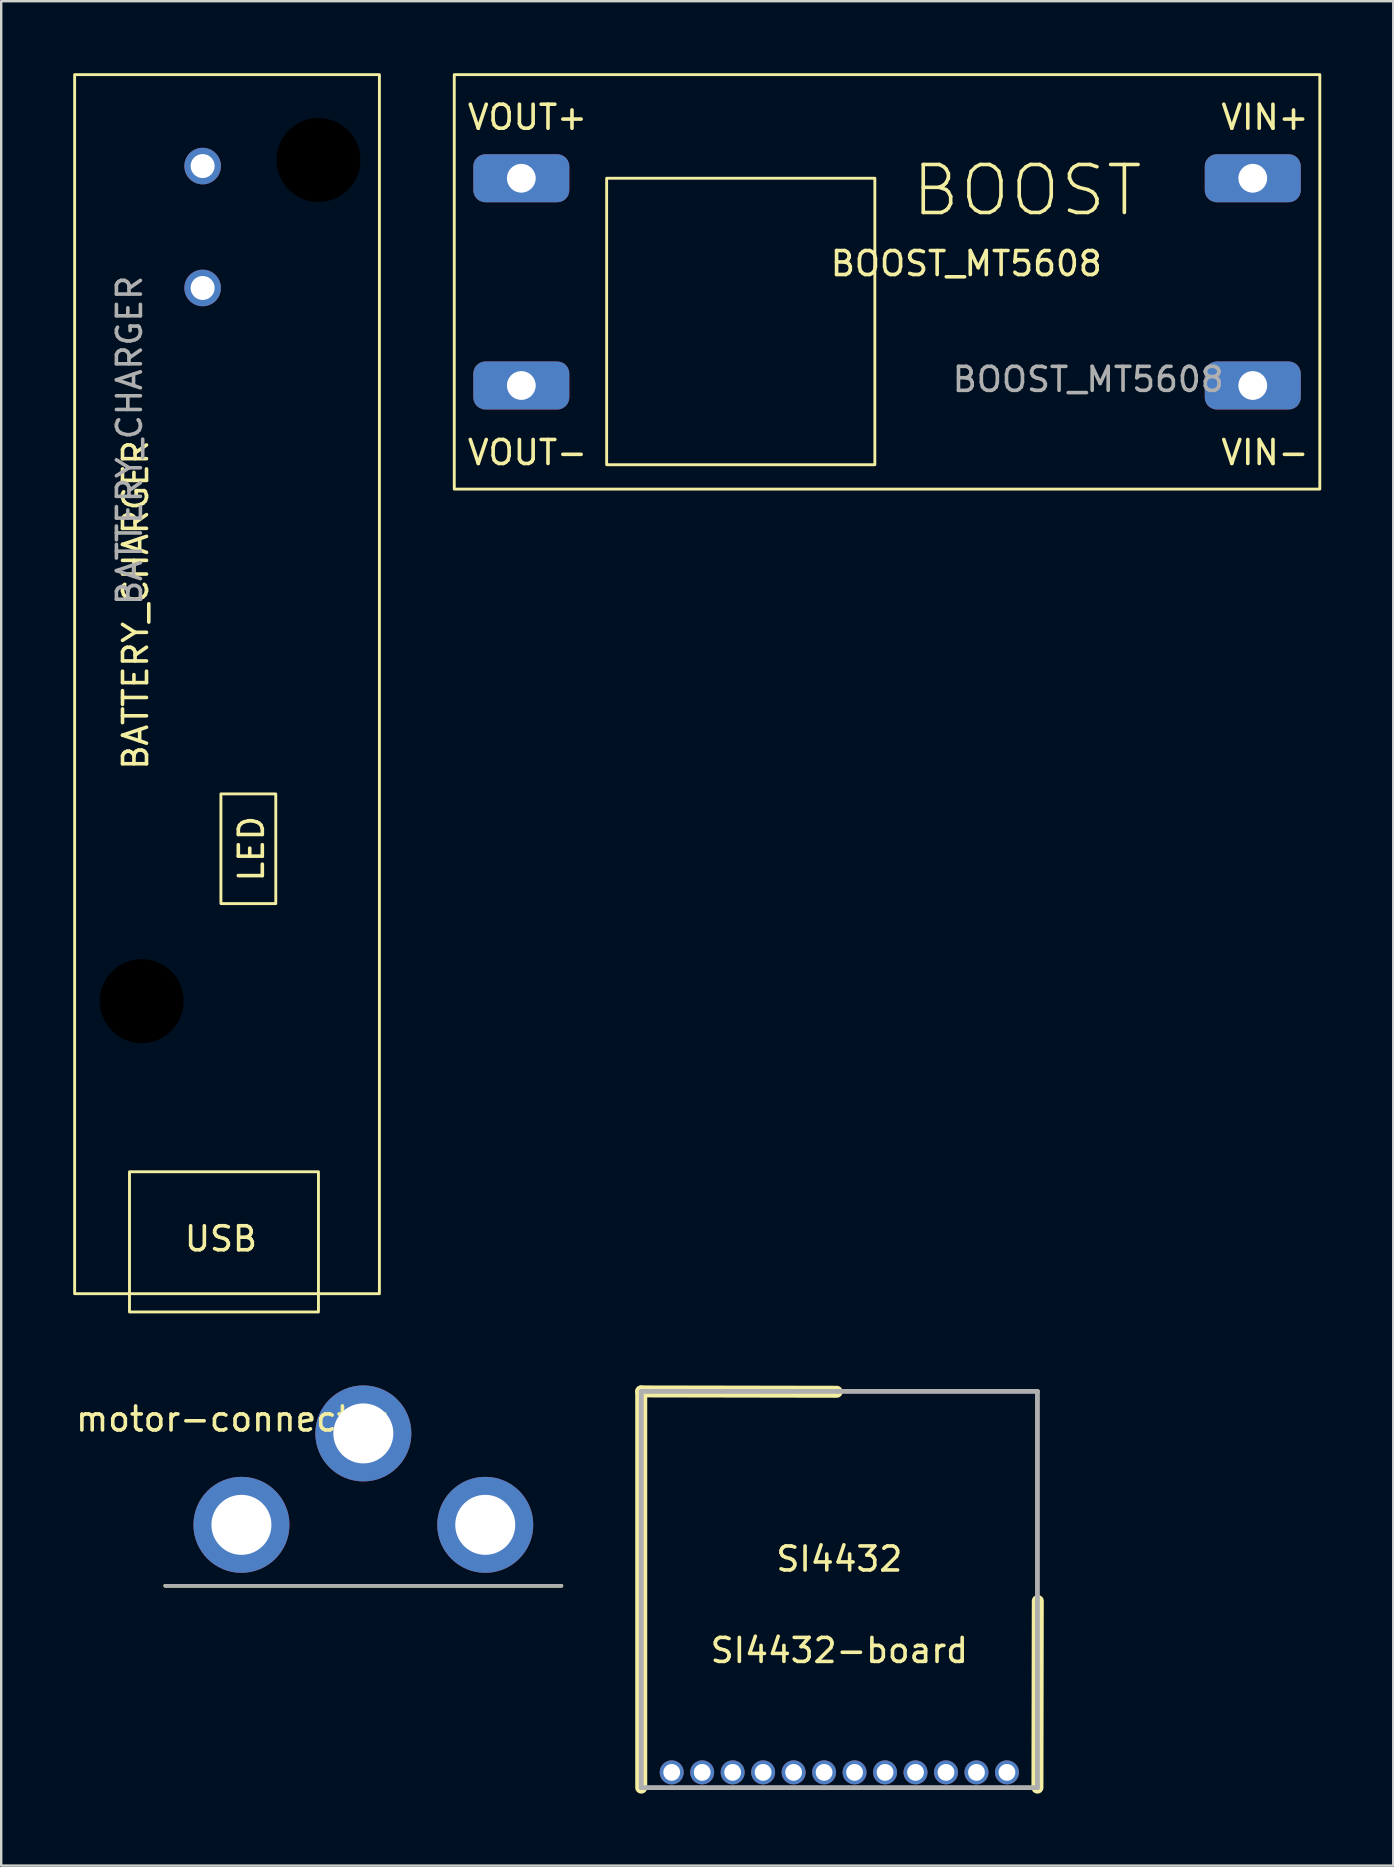
<source format=kicad_pcb>
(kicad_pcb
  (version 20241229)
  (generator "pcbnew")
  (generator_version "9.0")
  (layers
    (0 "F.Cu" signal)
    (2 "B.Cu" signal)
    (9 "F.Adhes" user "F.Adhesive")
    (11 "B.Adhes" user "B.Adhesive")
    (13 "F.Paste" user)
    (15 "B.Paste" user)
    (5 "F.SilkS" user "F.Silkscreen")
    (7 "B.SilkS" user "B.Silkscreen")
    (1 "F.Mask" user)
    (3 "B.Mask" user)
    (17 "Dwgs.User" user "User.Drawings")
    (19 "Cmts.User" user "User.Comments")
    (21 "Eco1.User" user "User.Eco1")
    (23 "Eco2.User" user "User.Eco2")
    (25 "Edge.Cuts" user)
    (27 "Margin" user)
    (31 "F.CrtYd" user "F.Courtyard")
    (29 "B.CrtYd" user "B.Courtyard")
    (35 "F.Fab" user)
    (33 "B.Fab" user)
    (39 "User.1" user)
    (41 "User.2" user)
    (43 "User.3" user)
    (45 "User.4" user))
  (footprint "SI4432-board"
    (layer "F.Cu")
    (at 31.926 70.807)
    (property "Reference" "SI4432-board" (at 0 -5.08 0) (layer "F.SilkS") (effects (font (size 1 1) (thickness 0.15))))
    (attr through_hole)
    (fp_line (start -8.255 -15.875) (end -0.11 -15.86) (stroke (width 0.5) (type solid)) (layer "F.SilkS"))
    (fp_line (start -8.255 0.635) (end -8.255 -15.875) (stroke (width 0.5) (type solid)) (layer "F.SilkS"))
    (fp_line (start 8.27 -7.14) (end 8.255 0.635) (stroke (width 0.5) (type solid)) (layer "F.SilkS"))
    (fp_line (start -8.255 -15.875) (end 8.255 -15.875) (stroke (width 0.2) (type solid)) (layer "F.Fab"))
    (fp_line (start -8.255 0.635) (end -8.255 -15.875) (stroke (width 0.2) (type solid)) (layer "F.Fab"))
    (fp_line (start 8.255 -15.875) (end 8.255 0.635) (stroke (width 0.2) (type solid)) (layer "F.Fab"))
    (fp_line (start 8.255 0.635) (end -8.255 0.635) (stroke (width 0.2) (type solid)) (layer "F.Fab"))
    (fp_text user "SI4432" (at 0 -8.89 0) (layer "F.SilkS") (effects (font (size 1 1) (thickness 0.15))))
    (pad "1" thru_hole circle (at -6.985 0) (size 1 1) (drill 0.7) (layers "*.Cu" "*.Mask"))
    (pad "2" thru_hole circle (at -5.715 0) (size 1 1) (drill 0.7) (layers "*.Cu" "*.Mask"))
    (pad "3" thru_hole circle (at -4.445 0) (size 1 1) (drill 0.7) (layers "*.Cu" "*.Mask"))
    (pad "4" thru_hole circle (at -3.175 0) (size 1 1) (drill 0.7) (layers "*.Cu" "*.Mask"))
    (pad "5" thru_hole circle (at -1.905 0) (size 1 1) (drill 0.7) (layers "*.Cu" "*.Mask"))
    (pad "6" thru_hole circle (at -0.635 0) (size 1 1) (drill 0.7) (layers "*.Cu" "*.Mask"))
    (pad "7" thru_hole circle (at 0.635 0) (size 1 1) (drill 0.7) (layers "*.Cu" "*.Mask"))
    (pad "8" thru_hole circle (at 1.905 0) (size 1 1) (drill 0.7) (layers "*.Cu" "*.Mask"))
    (pad "9" thru_hole circle (at 3.175 0) (size 1 1) (drill 0.7) (layers "*.Cu" "*.Mask"))
    (pad "10" thru_hole circle (at 4.445 0) (size 1 1) (drill 0.7) (layers "*.Cu" "*.Mask"))
    (pad "11" thru_hole circle (at 5.715 0) (size 1 1) (drill 0.7) (layers "*.Cu" "*.Mask"))
    (pad "12" thru_hole circle (at 6.985 0) (size 1 1) (drill 0.7) (layers "*.Cu" "*.Mask")))
  (footprint "BATTERY_CHARGER"
    (layer "F.Cu")
    (at 6.156 26.73)
    (property "Reference" "BATTERY_CHARGER" (at -3.556 -4.572 90) (unlocked yes) (layer "F.SilkS") (effects (font (size 1 1) (thickness 0.15))))
    (attr through_hole)
    (fp_rect (start -6.096 -26.67) (end 6.604 24.13) (stroke (width 0.12) (type solid)) (fill no) (layer "F.SilkS"))
    (fp_rect (start -3.81 19.05) (end 4.064 24.892) (stroke (width 0.12) (type solid)) (fill no) (layer "F.SilkS"))
    (fp_rect (start 0 3.302) (end 2.286 7.874) (stroke (width 0.12) (type solid)) (fill no) (layer "F.SilkS"))
    (fp_text user "USB" (at 0 21.844 0) (unlocked yes) (layer "F.SilkS") (effects (font (size 1 1) (thickness 0.15))))
    (fp_text user "LED" (at 1.27 5.588 90) (unlocked yes) (layer "F.SilkS") (effects (font (size 1 1) (thickness 0.15))))
    (fp_text user "${REFERENCE}" (at -3.81 -11.43 90) (unlocked yes) (layer "F.Fab") (effects (font (size 1 1) (thickness 0.15))))
    (pad "" np_thru_hole circle (at -3.302 11.938) (size 4 4) (drill 3.5) (layers "*.Mask"))
    (pad "" np_thru_hole circle (at 4.064 -23.114) (size 4 4) (drill 3.5) (layers "*.Mask"))
    (pad "1" thru_hole circle (at -0.762 -17.78) (size 1.524 1.524) (drill 1) (layers "*.Cu" "*.Mask"))
    (pad "2" thru_hole circle (at -0.762 -22.86) (size 1.524 1.524) (drill 1) (layers "*.Cu" "*.Mask")))
  (footprint "motor-connector"
    (layer "F.Cu")
    (at 12.091 59.222)
    (property "Reference" "motor-connector" (at -5.49 -3.14 0) (layer "F.SilkS") (effects (font (size 1 1) (thickness 0.15))))
    (attr through_hole)
    (fp_line (start 8.255 3.81) (end -8.255 3.81) (stroke (width 0.15) (type solid)) (layer "F.SilkS"))
    (fp_line (start 8.255 3.81) (end -8.255 3.81) (stroke (width 0.15) (type solid)) (layer "F.Fab"))
    (pad "1" thru_hole circle (at -5.08 1.27) (size 4 4) (drill 2.5) (layers "*.Cu" "*.Mask"))
    (pad "2" thru_hole circle (at 0 -2.54) (size 4 4) (drill 2.5) (layers "*.Cu" "*.Mask"))
    (pad "3" thru_hole circle (at 5.08 1.27) (size 4 4) (drill 2.5) (layers "*.Cu" "*.Mask")))
  (footprint "BOOST_MT5608"
    (layer "F.Cu")
    (at 33.914 8.696)
    (property "Reference" "BOOST_MT5608" (at 3.302 -0.762 0) (unlocked yes) (layer "F.SilkS") (effects (font (size 1 1) (thickness 0.15))))
    (attr through_hole)
    (fp_rect (start -18.034 -8.636) (end 18.034 8.636) (stroke (width 0.12) (type solid)) (fill no) (layer "F.SilkS"))
    (fp_rect (start -11.684 -4.318) (end -0.508 7.62) (stroke (width 0.12) (type solid)) (fill no) (layer "F.SilkS"))
    (fp_text user "BOOST" (at 5.842 -3.81 0) (unlocked yes) (layer "F.SilkS") (effects (font (size 2 2) (thickness 0.15))))
    (fp_text user "VOUT-" (at -14.986 7.112 0) (unlocked yes) (layer "F.SilkS") (effects (font (size 1 1) (thickness 0.15))))
    (fp_text user "VIN-" (at 15.748 7.112 0) (unlocked yes) (layer "F.SilkS") (effects (font (size 1 1) (thickness 0.15))))
    (fp_text user "VIN+" (at 15.748 -6.858 0) (unlocked yes) (layer "F.SilkS") (effects (font (size 1 1) (thickness 0.15))))
    (fp_text user "VOUT+" (at -14.986 -6.858 0) (unlocked yes) (layer "F.SilkS") (effects (font (size 1 1) (thickness 0.15))))
    (fp_text user "${REFERENCE}" (at 8.382 4.064 0) (unlocked yes) (layer "F.Fab") (effects (font (size 1 1) (thickness 0.15))))
    (pad "1" thru_hole roundrect (at 15.24 -4.318) (size 4 2) (drill 1.2) (layers "*.Cu" "*.Mask") (roundrect_rratio 0.25))
    (pad "2" thru_hole roundrect (at 15.24 4.318) (size 4 2) (drill 1.2) (layers "*.Cu" "*.Mask") (roundrect_rratio 0.25))
    (pad "3" thru_hole roundrect (at -15.24 -4.318) (size 4 2) (drill 1.2) (layers "*.Cu" "*.Mask") (roundrect_rratio 0.25))
    (pad "4" thru_hole roundrect (at -15.24 4.318) (size 4 2) (drill 1.2) (layers "*.Cu" "*.Mask") (roundrect_rratio 0.25)))
  (gr_rect
    (start -3 -3)
    (end 55.008 74.692)
    (stroke (width 0.1) (type default))
    (fill no)
    (layer "Edge.Cuts")))
</source>
